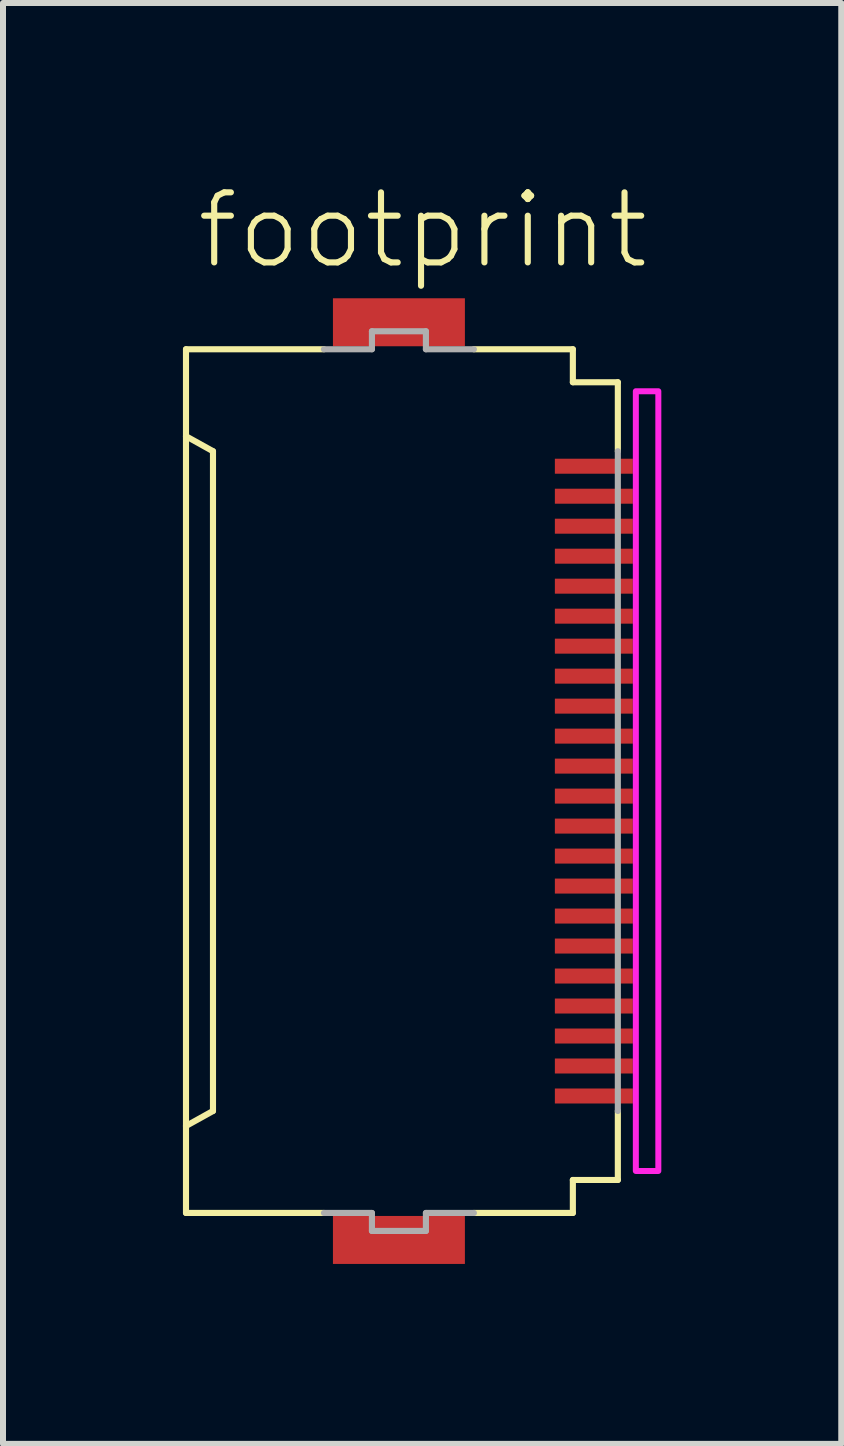
<source format=kicad_pcb>
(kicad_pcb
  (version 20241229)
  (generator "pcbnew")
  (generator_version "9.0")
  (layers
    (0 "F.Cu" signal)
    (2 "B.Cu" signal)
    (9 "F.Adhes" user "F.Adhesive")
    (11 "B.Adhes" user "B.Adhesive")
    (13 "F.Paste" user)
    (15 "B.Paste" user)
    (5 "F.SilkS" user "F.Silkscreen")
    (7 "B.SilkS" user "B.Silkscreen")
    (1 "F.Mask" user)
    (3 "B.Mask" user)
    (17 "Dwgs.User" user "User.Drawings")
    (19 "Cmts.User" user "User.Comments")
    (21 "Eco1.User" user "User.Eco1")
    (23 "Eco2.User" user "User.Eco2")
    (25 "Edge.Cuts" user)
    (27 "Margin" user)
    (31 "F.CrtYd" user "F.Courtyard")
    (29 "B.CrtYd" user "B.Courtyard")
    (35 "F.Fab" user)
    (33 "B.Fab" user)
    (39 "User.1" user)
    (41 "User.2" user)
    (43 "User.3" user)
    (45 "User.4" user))
  (footprint "footprint"
    (layer "F.Cu")
    (at 3.676 9.973)
    (property "Reference" "footprint" (at -3.5 -8.5 0) (layer "F.SilkS") (effects (font (size 1.168 1.168) (thickness 0.102)) (justify left bottom)))
    (fp_poly (pts (xy 2.475 -5.075) (xy 3.875 -5.075) (xy 3.875 -5.425) (xy 2.475 -5.425)) (stroke (width 0) (type solid)) (fill yes) (layer "F.Mask"))
    (fp_poly (pts (xy 2.475 -4.575) (xy 3.875 -4.575) (xy 3.875 -4.925) (xy 2.475 -4.925)) (stroke (width 0) (type solid)) (fill yes) (layer "F.Mask"))
    (fp_poly (pts (xy 2.475 -4.075) (xy 3.875 -4.075) (xy 3.875 -4.425) (xy 2.475 -4.425)) (stroke (width 0) (type solid)) (fill yes) (layer "F.Mask"))
    (fp_poly (pts (xy 2.475 -3.575) (xy 3.875 -3.575) (xy 3.875 -3.925) (xy 2.475 -3.925)) (stroke (width 0) (type solid)) (fill yes) (layer "F.Mask"))
    (fp_poly (pts (xy 2.475 -3.075) (xy 3.875 -3.075) (xy 3.875 -3.425) (xy 2.475 -3.425)) (stroke (width 0) (type solid)) (fill yes) (layer "F.Mask"))
    (fp_poly (pts (xy 2.475 -2.575) (xy 3.875 -2.575) (xy 3.875 -2.925) (xy 2.475 -2.925)) (stroke (width 0) (type solid)) (fill yes) (layer "F.Mask"))
    (fp_poly (pts (xy 2.475 -2.075) (xy 3.875 -2.075) (xy 3.875 -2.425) (xy 2.475 -2.425)) (stroke (width 0) (type solid)) (fill yes) (layer "F.Mask"))
    (fp_poly (pts (xy 2.475 -1.575) (xy 3.875 -1.575) (xy 3.875 -1.925) (xy 2.475 -1.925)) (stroke (width 0) (type solid)) (fill yes) (layer "F.Mask"))
    (fp_poly (pts (xy 2.475 -1.075) (xy 3.875 -1.075) (xy 3.875 -1.425) (xy 2.475 -1.425)) (stroke (width 0) (type solid)) (fill yes) (layer "F.Mask"))
    (fp_poly (pts (xy 2.475 -0.575) (xy 3.875 -0.575) (xy 3.875 -0.925) (xy 2.475 -0.925)) (stroke (width 0) (type solid)) (fill yes) (layer "F.Mask"))
    (fp_poly (pts (xy 2.475 -0.075) (xy 3.875 -0.075) (xy 3.875 -0.425) (xy 2.475 -0.425)) (stroke (width 0) (type solid)) (fill yes) (layer "F.Mask"))
    (fp_poly (pts (xy 2.475 0.425) (xy 3.875 0.425) (xy 3.875 0.075) (xy 2.475 0.075)) (stroke (width 0) (type solid)) (fill yes) (layer "F.Mask"))
    (fp_poly (pts (xy 2.475 0.925) (xy 3.875 0.925) (xy 3.875 0.575) (xy 2.475 0.575)) (stroke (width 0) (type solid)) (fill yes) (layer "F.Mask"))
    (fp_poly (pts (xy 2.475 1.425) (xy 3.875 1.425) (xy 3.875 1.075) (xy 2.475 1.075)) (stroke (width 0) (type solid)) (fill yes) (layer "F.Mask"))
    (fp_poly (pts (xy 2.475 1.925) (xy 3.875 1.925) (xy 3.875 1.575) (xy 2.475 1.575)) (stroke (width 0) (type solid)) (fill yes) (layer "F.Mask"))
    (fp_poly (pts (xy 2.475 2.425) (xy 3.875 2.425) (xy 3.875 2.075) (xy 2.475 2.075)) (stroke (width 0) (type solid)) (fill yes) (layer "F.Mask"))
    (fp_poly (pts (xy 2.475 2.925) (xy 3.875 2.925) (xy 3.875 2.575) (xy 2.475 2.575)) (stroke (width 0) (type solid)) (fill yes) (layer "F.Mask"))
    (fp_poly (pts (xy 2.475 3.425) (xy 3.875 3.425) (xy 3.875 3.075) (xy 2.475 3.075)) (stroke (width 0) (type solid)) (fill yes) (layer "F.Mask"))
    (fp_poly (pts (xy 2.475 3.925) (xy 3.875 3.925) (xy 3.875 3.575) (xy 2.475 3.575)) (stroke (width 0) (type solid)) (fill yes) (layer "F.Mask"))
    (fp_poly (pts (xy 2.475 4.425) (xy 3.875 4.425) (xy 3.875 4.075) (xy 2.475 4.075)) (stroke (width 0) (type solid)) (fill yes) (layer "F.Mask"))
    (fp_poly (pts (xy 2.475 4.925) (xy 3.875 4.925) (xy 3.875 4.575) (xy 2.475 4.575)) (stroke (width 0) (type solid)) (fill yes) (layer "F.Mask"))
    (fp_poly (pts (xy 2.475 5.425) (xy 3.875 5.425) (xy 3.875 5.075) (xy 2.475 5.075)) (stroke (width 0) (type solid)) (fill yes) (layer "F.Mask"))
    (fp_line (start -3.625 -7.2) (end -1.325 -7.2) (stroke (width 0.102) (type solid)) (layer "F.SilkS"))
    (fp_line (start -3.625 -5.75) (end -3.625 -7.2) (stroke (width 0.102) (type solid)) (layer "F.SilkS"))
    (fp_line (start -3.625 -5.75) (end -3.625 5.75) (stroke (width 0.102) (type solid)) (layer "F.SilkS"))
    (fp_line (start -3.625 5.75) (end -3.175 5.5) (stroke (width 0.102) (type solid)) (layer "F.SilkS"))
    (fp_line (start -3.625 7.2) (end -3.625 5.75) (stroke (width 0.102) (type solid)) (layer "F.SilkS"))
    (fp_line (start -3.175 -5.5) (end -3.625 -5.75) (stroke (width 0.102) (type solid)) (layer "F.SilkS"))
    (fp_line (start -3.175 5.5) (end -3.175 -5.5) (stroke (width 0.102) (type solid)) (layer "F.SilkS"))
    (fp_line (start -1.325 7.2) (end -3.625 7.2) (stroke (width 0.102) (type solid)) (layer "F.SilkS"))
    (fp_line (start 1.175 -7.2) (end 2.825 -7.2) (stroke (width 0.102) (type solid)) (layer "F.SilkS"))
    (fp_line (start 1.175 7.2) (end 2.825 7.2) (stroke (width 0.102) (type solid)) (layer "F.SilkS"))
    (fp_line (start 2.825 -7.2) (end 2.825 -6.65) (stroke (width 0.102) (type solid)) (layer "F.SilkS"))
    (fp_line (start 2.825 -6.65) (end 3.575 -6.65) (stroke (width 0.102) (type solid)) (layer "F.SilkS"))
    (fp_line (start 2.825 6.65) (end 2.825 7.2) (stroke (width 0.102) (type solid)) (layer "F.SilkS"))
    (fp_line (start 2.825 6.65) (end 3.575 6.65) (stroke (width 0.102) (type solid)) (layer "F.SilkS"))
    (fp_line (start 3.575 -6.65) (end 3.575 -5.5) (stroke (width 0.102) (type solid)) (layer "F.SilkS"))
    (fp_line (start 3.575 5.5) (end 3.575 6.65) (stroke (width 0.102) (type solid)) (layer "F.SilkS"))
    (fp_poly (pts (xy 3.875 6.5) (xy 4.25 6.5) (xy 4.25 -6.5) (xy 3.875 -6.5)) (stroke (width 0.1) (type solid)) (fill no) (layer "F.CrtYd"))
    (fp_line (start -1.325 -7.2) (end -0.525 -7.2) (stroke (width 0.102) (type solid)) (layer "F.Fab"))
    (fp_line (start -0.525 -7.5) (end 0.375 -7.5) (stroke (width 0.102) (type solid)) (layer "F.Fab"))
    (fp_line (start -0.525 -7.2) (end -0.525 -7.5) (stroke (width 0.102) (type solid)) (layer "F.Fab"))
    (fp_line (start -0.525 7.2) (end -1.325 7.2) (stroke (width 0.102) (type solid)) (layer "F.Fab"))
    (fp_line (start -0.525 7.5) (end -0.525 7.2) (stroke (width 0.102) (type solid)) (layer "F.Fab"))
    (fp_line (start 0.375 -7.5) (end 0.375 -7.2) (stroke (width 0.102) (type solid)) (layer "F.Fab"))
    (fp_line (start 0.375 -7.2) (end 1.175 -7.2) (stroke (width 0.102) (type solid)) (layer "F.Fab"))
    (fp_line (start 0.375 7.2) (end 0.375 7.5) (stroke (width 0.102) (type solid)) (layer "F.Fab"))
    (fp_line (start 0.375 7.5) (end -0.525 7.5) (stroke (width 0.102) (type solid)) (layer "F.Fab"))
    (fp_line (start 1.175 7.2) (end 0.375 7.2) (stroke (width 0.102) (type solid)) (layer "F.Fab"))
    (fp_line (start 3.575 -5.5) (end 3.575 5.5) (stroke (width 0.102) (type solid)) (layer "F.Fab"))
    (pad "1" smd rect (at 3.175 -5.25) (size 1.3 0.25) (layers "F.Cu" "F.Paste"))
    (pad "2" smd rect (at 3.175 -4.75) (size 1.3 0.25) (layers "F.Cu" "F.Paste"))
    (pad "3" smd rect (at 3.175 -4.25) (size 1.3 0.25) (layers "F.Cu" "F.Paste"))
    (pad "4" smd rect (at 3.175 -3.75) (size 1.3 0.25) (layers "F.Cu" "F.Paste"))
    (pad "5" smd rect (at 3.175 -3.25) (size 1.3 0.25) (layers "F.Cu" "F.Paste"))
    (pad "6" smd rect (at 3.175 -2.75) (size 1.3 0.25) (layers "F.Cu" "F.Paste"))
    (pad "7" smd rect (at 3.175 -2.25) (size 1.3 0.25) (layers "F.Cu" "F.Paste"))
    (pad "8" smd rect (at 3.175 -1.75) (size 1.3 0.25) (layers "F.Cu" "F.Paste"))
    (pad "9" smd rect (at 3.175 -1.25) (size 1.3 0.25) (layers "F.Cu" "F.Paste"))
    (pad "10" smd rect (at 3.175 -0.75) (size 1.3 0.25) (layers "F.Cu" "F.Paste"))
    (pad "11" smd rect (at 3.175 -0.25) (size 1.3 0.25) (layers "F.Cu" "F.Paste"))
    (pad "12" smd rect (at 3.175 0.25) (size 1.3 0.25) (layers "F.Cu" "F.Paste"))
    (pad "13" smd rect (at 3.175 0.75) (size 1.3 0.25) (layers "F.Cu" "F.Paste"))
    (pad "14" smd rect (at 3.175 1.25) (size 1.3 0.25) (layers "F.Cu" "F.Paste"))
    (pad "15" smd rect (at 3.175 1.75) (size 1.3 0.25) (layers "F.Cu" "F.Paste"))
    (pad "16" smd rect (at 3.175 2.25) (size 1.3 0.25) (layers "F.Cu" "F.Paste"))
    (pad "17" smd rect (at 3.175 2.75) (size 1.3 0.25) (layers "F.Cu" "F.Paste"))
    (pad "18" smd rect (at 3.175 3.25) (size 1.3 0.25) (layers "F.Cu" "F.Paste"))
    (pad "19" smd rect (at 3.175 3.75) (size 1.3 0.25) (layers "F.Cu" "F.Paste"))
    (pad "20" smd rect (at 3.175 4.25) (size 1.3 0.25) (layers "F.Cu" "F.Paste"))
    (pad "21" smd rect (at 3.175 4.75) (size 1.3 0.25) (layers "F.Cu" "F.Paste"))
    (pad "22" smd rect (at 3.175 5.25) (size 1.3 0.25) (layers "F.Cu" "F.Paste"))
    (pad "M1" smd rect (at -0.075 -7.65) (size 2.2 0.8) (layers "F.Cu" "F.Mask" "F.Paste"))
    (pad "M2" smd rect (at -0.075 7.65) (size 2.2 0.8) (layers "F.Cu" "F.Mask" "F.Paste"))
    (zone (net_name "") (layers "F.Cu" "B.Cu") (hatch edge 0.508) (connect_pads) (min_thickness 0.254) (filled_areas_thickness no) (keepout (tracks allowed) (vias not_allowed) (pads allowed) (copperpour allowed) (footprints allowed)) (placement (enabled no)) (fill) (polygon (pts (xy 3.901 15.473) (xy 6.151 15.473) (xy 6.151 4.473) (xy 3.901 4.473)))))
  (gr_rect
    (start -3 -3)
    (end 10.976 21.023)
    (stroke (width 0.1) (type default))
    (fill no)
    (layer "Edge.Cuts")))
</source>
